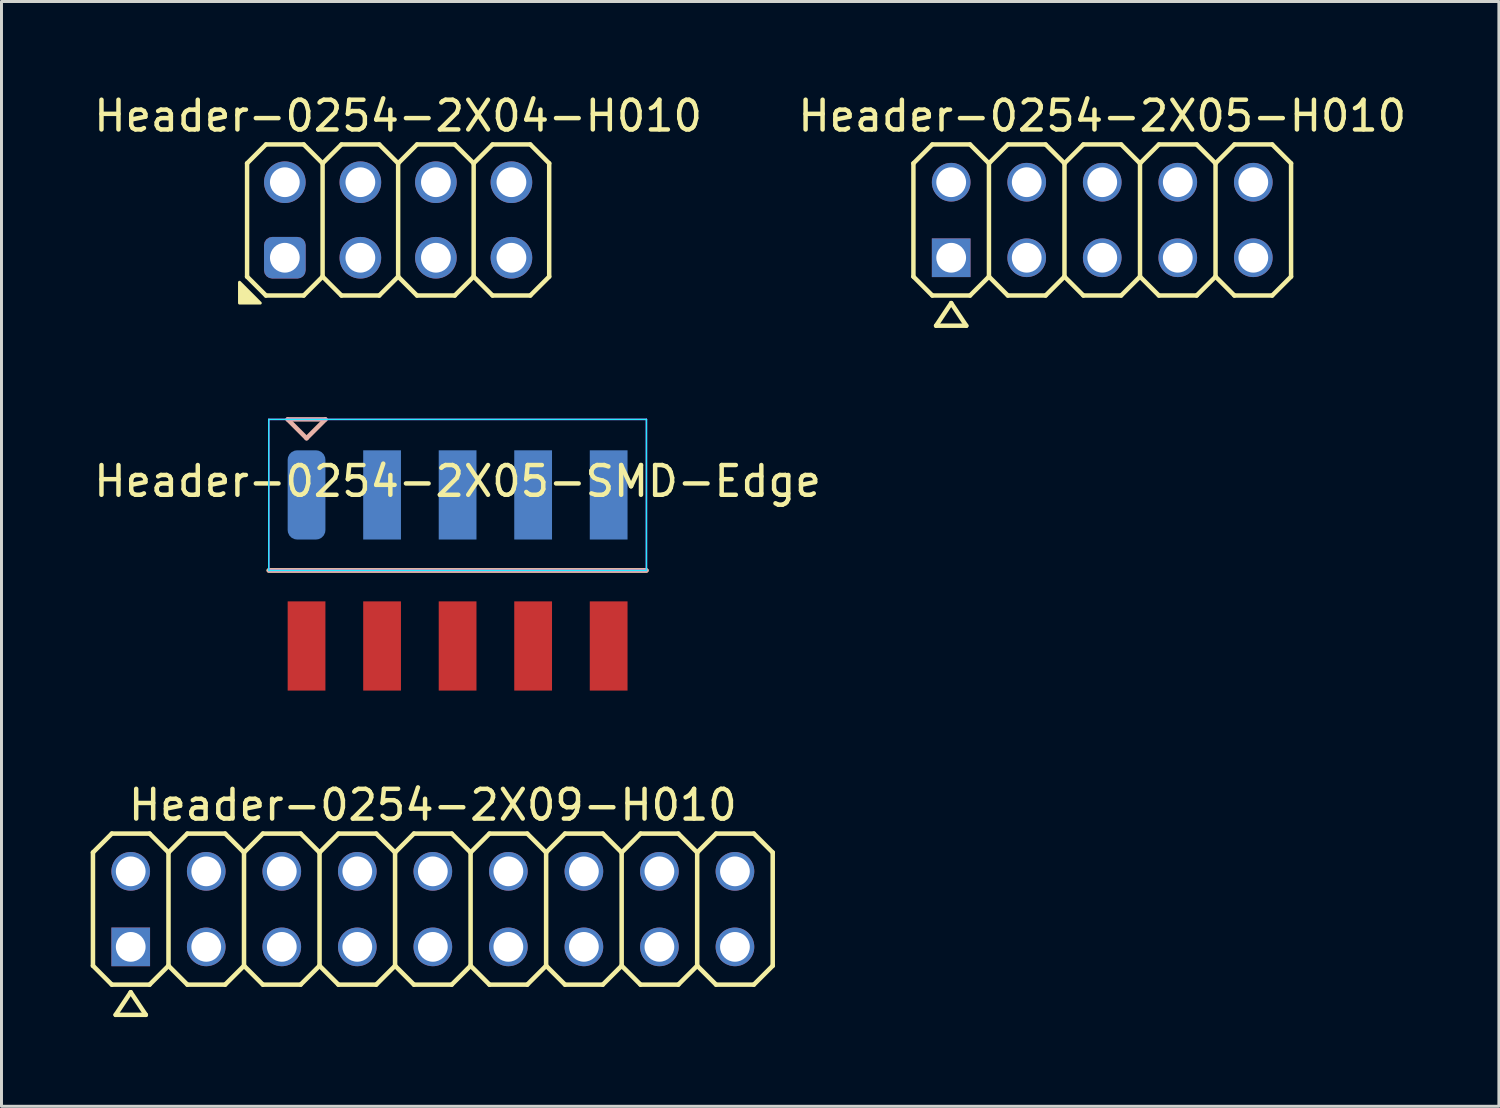
<source format=kicad_pcb>
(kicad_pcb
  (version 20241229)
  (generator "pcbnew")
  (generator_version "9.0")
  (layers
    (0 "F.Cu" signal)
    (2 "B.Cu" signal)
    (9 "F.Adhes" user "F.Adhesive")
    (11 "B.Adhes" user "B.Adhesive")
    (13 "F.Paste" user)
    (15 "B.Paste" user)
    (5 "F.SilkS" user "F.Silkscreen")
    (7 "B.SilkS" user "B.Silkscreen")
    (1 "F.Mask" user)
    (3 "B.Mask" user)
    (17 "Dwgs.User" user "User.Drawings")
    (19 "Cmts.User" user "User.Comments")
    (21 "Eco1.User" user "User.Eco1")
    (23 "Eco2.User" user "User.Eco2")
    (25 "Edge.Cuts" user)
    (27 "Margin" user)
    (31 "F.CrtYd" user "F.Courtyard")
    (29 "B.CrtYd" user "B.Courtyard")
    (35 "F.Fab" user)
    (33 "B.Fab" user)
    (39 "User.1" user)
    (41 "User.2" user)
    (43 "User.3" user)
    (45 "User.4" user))
  (footprint "Header-0254-2X04-H010"
    (layer "F.Cu")
    (at 10.339 4.348)
    (property "Reference" "Header-0254-2X04-H010" (at 0 -3.5 0) (layer "F.SilkS") (effects (font (size 1 1) (thickness 0.15))))
    (attr through_hole exclude_from_pos_files exclude_from_bom)
    (fp_line (start -5.08 -1.905) (end -4.445 -2.54) (stroke (width 0.15) (type solid)) (layer "F.SilkS"))
    (fp_line (start -5.08 1.905) (end -5.08 -1.905) (stroke (width 0.15) (type solid)) (layer "F.SilkS"))
    (fp_line (start -5.08 1.905) (end -4.445 2.54) (stroke (width 0.15) (type solid)) (layer "F.SilkS"))
    (fp_line (start -4.445 -2.54) (end -3.175 -2.54) (stroke (width 0.15) (type solid)) (layer "F.SilkS"))
    (fp_line (start -4.445 2.54) (end -3.175 2.54) (stroke (width 0.15) (type solid)) (layer "F.SilkS"))
    (fp_line (start -3.175 -2.54) (end -2.54 -1.905) (stroke (width 0.15) (type solid)) (layer "F.SilkS"))
    (fp_line (start -3.175 2.54) (end -2.54 1.905) (stroke (width 0.15) (type solid)) (layer "F.SilkS"))
    (fp_line (start -2.54 -1.905) (end -2.54 1.905) (stroke (width 0.15) (type solid)) (layer "F.SilkS"))
    (fp_line (start -2.54 -1.905) (end -1.905 -2.54) (stroke (width 0.15) (type solid)) (layer "F.SilkS"))
    (fp_line (start -2.54 1.905) (end -1.905 2.54) (stroke (width 0.15) (type solid)) (layer "F.SilkS"))
    (fp_line (start -1.905 -2.54) (end -0.635 -2.54) (stroke (width 0.15) (type solid)) (layer "F.SilkS"))
    (fp_line (start -1.905 2.54) (end -0.635 2.54) (stroke (width 0.15) (type solid)) (layer "F.SilkS"))
    (fp_line (start -0.635 -2.54) (end 0 -1.905) (stroke (width 0.15) (type solid)) (layer "F.SilkS"))
    (fp_line (start -0.635 2.54) (end 0 1.905) (stroke (width 0.15) (type solid)) (layer "F.SilkS"))
    (fp_line (start 0 -1.905) (end 0 1.905) (stroke (width 0.15) (type solid)) (layer "F.SilkS"))
    (fp_line (start 0 -1.905) (end 0.635 -2.54) (stroke (width 0.15) (type solid)) (layer "F.SilkS"))
    (fp_line (start 0 1.905) (end 0.635 2.54) (stroke (width 0.15) (type solid)) (layer "F.SilkS"))
    (fp_line (start 0.635 -2.54) (end 1.905 -2.54) (stroke (width 0.15) (type solid)) (layer "F.SilkS"))
    (fp_line (start 0.635 2.54) (end 1.905 2.54) (stroke (width 0.15) (type solid)) (layer "F.SilkS"))
    (fp_line (start 1.905 -2.54) (end 2.54 -1.905) (stroke (width 0.15) (type solid)) (layer "F.SilkS"))
    (fp_line (start 1.905 2.54) (end 2.54 1.905) (stroke (width 0.15) (type solid)) (layer "F.SilkS"))
    (fp_line (start 2.54 -1.905) (end 2.54 1.905) (stroke (width 0.15) (type solid)) (layer "F.SilkS"))
    (fp_line (start 2.54 -1.905) (end 3.175 -2.54) (stroke (width 0.15) (type solid)) (layer "F.SilkS"))
    (fp_line (start 2.54 1.905) (end 3.175 2.54) (stroke (width 0.15) (type solid)) (layer "F.SilkS"))
    (fp_line (start 3.175 -2.54) (end 4.445 -2.54) (stroke (width 0.15) (type solid)) (layer "F.SilkS"))
    (fp_line (start 3.175 2.54) (end 4.445 2.54) (stroke (width 0.15) (type solid)) (layer "F.SilkS"))
    (fp_line (start 4.445 -2.54) (end 5.08 -1.905) (stroke (width 0.15) (type solid)) (layer "F.SilkS"))
    (fp_line (start 4.445 2.54) (end 5.08 1.905) (stroke (width 0.15) (type solid)) (layer "F.SilkS"))
    (fp_line (start 5.08 -1.905) (end 5.08 1.905) (stroke (width 0.15) (type solid)) (layer "F.SilkS"))
    (fp_poly (pts (xy -5.334 2.095) (xy -5.334 2.794) (xy -4.636 2.794)) (stroke (width 0.1) (type solid)) (fill yes) (layer "F.SilkS"))
    (pad "1" thru_hole roundrect (at -3.81 1.27) (size 1.4 1.4) (drill 1) (layers "*.Cu" "*.Mask") (roundrect_rratio 0.2))
    (pad "2" thru_hole circle (at -3.81 -1.27 90) (size 1.4 1.4) (drill 1) (layers "*.Cu" "*.Mask"))
    (pad "3" thru_hole circle (at -1.27 1.27 90) (size 1.4 1.4) (drill 1) (layers "*.Cu" "*.Mask"))
    (pad "4" thru_hole circle (at -1.27 -1.27) (size 1.4 1.4) (drill 1) (layers "*.Cu" "*.Mask"))
    (pad "5" thru_hole circle (at 1.27 1.27 90) (size 1.4 1.4) (drill 1) (layers "*.Cu" "*.Mask"))
    (pad "6" thru_hole circle (at 1.27 -1.27 90) (size 1.4 1.4) (drill 1) (layers "*.Cu" "*.Mask"))
    (pad "7" thru_hole circle (at 3.81 1.27 90) (size 1.4 1.4) (drill 1) (layers "*.Cu" "*.Mask"))
    (pad "8" thru_hole circle (at 3.81 -1.27 90) (size 1.4 1.4) (drill 1) (layers "*.Cu" "*.Mask")))
  (footprint "Header-0254-2X05-SMD-Edge"
    (layer "F.Cu")
    (at 12.339 16.134)
    (property "Reference" "Header-0254-2X05-SMD-Edge" (at 0 -3 0) (layer "F.SilkS") (effects (font (size 1 1) (thickness 0.15))))
    (attr through_hole)
    (fp_line (start -6.35 0) (end 6.35 0) (stroke (width 0.15) (type solid)) (layer "F.SilkS"))
    (fp_line (start -6.35 0) (end 6.35 0) (stroke (width 0.15) (type solid)) (layer "B.SilkS"))
    (fp_line (start -5.715 -5.08) (end -4.445 -5.08) (stroke (width 0.15) (type solid)) (layer "B.SilkS"))
    (fp_line (start -5.08 -4.445) (end -5.715 -5.08) (stroke (width 0.15) (type solid)) (layer "B.SilkS"))
    (fp_line (start -4.445 -5.08) (end -5.08 -4.445) (stroke (width 0.15) (type solid)) (layer "B.SilkS"))
    (fp_line (start -6.35 -5.08) (end 6.35 -5.08) (stroke (width 0.05) (type solid)) (layer "B.CrtYd"))
    (fp_line (start -6.35 0) (end -6.35 -5.08) (stroke (width 0.05) (type solid)) (layer "B.CrtYd"))
    (fp_line (start 6.35 -5.08) (end 6.35 0) (stroke (width 0.05) (type solid)) (layer "B.CrtYd"))
    (fp_line (start 6.35 0) (end -6.35 0) (stroke (width 0.05) (type solid)) (layer "B.CrtYd"))
    (fp_line (start -6.35 -5.08) (end 6.35 -5.08) (stroke (width 0.05) (type solid)) (layer "F.CrtYd"))
    (fp_line (start -6.35 0) (end -6.35 -5.08) (stroke (width 0.05) (type solid)) (layer "F.CrtYd"))
    (fp_line (start 6.35 -5.08) (end 6.35 0) (stroke (width 0.05) (type solid)) (layer "F.CrtYd"))
    (fp_line (start 6.35 0) (end -6.35 0) (stroke (width 0.05) (type solid)) (layer "F.CrtYd"))
    (pad "1" smd roundrect (at -5.08 -2.54) (size 1.27 3) (layers "B.Cu" "B.Mask" "B.Paste") (roundrect_rratio 0.25))
    (pad "2" smd rect (at -5.08 2.54) (size 1.27 3) (layers "F.Cu" "F.Mask" "F.Paste"))
    (pad "3" smd rect (at -2.54 -2.54) (size 1.27 3) (layers "B.Cu" "B.Mask" "B.Paste"))
    (pad "4" smd rect (at -2.54 2.54) (size 1.27 3) (layers "F.Cu" "F.Mask" "F.Paste"))
    (pad "5" smd rect (at 0 -2.54) (size 1.27 3) (layers "B.Cu" "B.Mask" "B.Paste"))
    (pad "6" smd rect (at 0 2.54) (size 1.27 3) (layers "F.Cu" "F.Mask" "F.Paste"))
    (pad "7" smd rect (at 2.54 -2.54) (size 1.27 3) (layers "B.Cu" "B.Mask" "B.Paste"))
    (pad "8" smd rect (at 2.54 2.54) (size 1.27 3) (layers "F.Cu" "F.Mask" "F.Paste"))
    (pad "9" smd rect (at 5.08 -2.54) (size 1.27 3) (layers "B.Cu" "B.Mask" "B.Paste"))
    (pad "10" smd rect (at 5.08 2.54) (size 1.27 3) (layers "F.Cu" "F.Mask" "F.Paste")))
  (footprint "Header-0254-2X09-H010"
    (layer "F.Cu")
    (at 11.506 27.523)
    (property "Reference" "Header-0254-2X09-H010" (at 0 -3.5 0) (layer "F.SilkS") (effects (font (size 1 1) (thickness 0.15))))
    (attr exclude_from_pos_files exclude_from_bom)
    (fp_line (start -11.43 -1.905) (end -10.795 -2.54) (stroke (width 0.152) (type solid)) (layer "F.SilkS"))
    (fp_line (start -11.43 1.905) (end -11.43 -1.905) (stroke (width 0.152) (type solid)) (layer "F.SilkS"))
    (fp_line (start -11.43 1.905) (end -10.795 2.54) (stroke (width 0.152) (type solid)) (layer "F.SilkS"))
    (fp_line (start -10.795 -2.54) (end -9.525 -2.54) (stroke (width 0.152) (type solid)) (layer "F.SilkS"))
    (fp_line (start -10.795 2.54) (end -9.525 2.54) (stroke (width 0.152) (type solid)) (layer "F.SilkS"))
    (fp_line (start -10.668 3.556) (end -9.652 3.556) (stroke (width 0.15) (type solid)) (layer "F.SilkS"))
    (fp_line (start -10.16 2.794) (end -10.668 3.556) (stroke (width 0.15) (type solid)) (layer "F.SilkS"))
    (fp_line (start -9.652 3.556) (end -10.16 2.794) (stroke (width 0.15) (type solid)) (layer "F.SilkS"))
    (fp_line (start -9.525 -2.54) (end -8.89 -1.905) (stroke (width 0.152) (type solid)) (layer "F.SilkS"))
    (fp_line (start -9.525 2.54) (end -8.89 1.905) (stroke (width 0.152) (type solid)) (layer "F.SilkS"))
    (fp_line (start -8.89 -1.905) (end -8.89 1.905) (stroke (width 0.152) (type solid)) (layer "F.SilkS"))
    (fp_line (start -8.89 -1.905) (end -8.255 -2.54) (stroke (width 0.152) (type solid)) (layer "F.SilkS"))
    (fp_line (start -8.89 1.905) (end -8.255 2.54) (stroke (width 0.152) (type solid)) (layer "F.SilkS"))
    (fp_line (start -8.255 -2.54) (end -6.985 -2.54) (stroke (width 0.152) (type solid)) (layer "F.SilkS"))
    (fp_line (start -8.255 2.54) (end -6.985 2.54) (stroke (width 0.152) (type solid)) (layer "F.SilkS"))
    (fp_line (start -6.985 -2.54) (end -6.35 -1.905) (stroke (width 0.152) (type solid)) (layer "F.SilkS"))
    (fp_line (start -6.985 2.54) (end -6.35 1.905) (stroke (width 0.152) (type solid)) (layer "F.SilkS"))
    (fp_line (start -6.35 -1.905) (end -6.35 1.905) (stroke (width 0.152) (type solid)) (layer "F.SilkS"))
    (fp_line (start -6.35 -1.905) (end -5.715 -2.54) (stroke (width 0.152) (type solid)) (layer "F.SilkS"))
    (fp_line (start -6.35 1.905) (end -5.715 2.54) (stroke (width 0.152) (type solid)) (layer "F.SilkS"))
    (fp_line (start -5.715 -2.54) (end -4.445 -2.54) (stroke (width 0.152) (type solid)) (layer "F.SilkS"))
    (fp_line (start -5.715 2.54) (end -4.445 2.54) (stroke (width 0.152) (type solid)) (layer "F.SilkS"))
    (fp_line (start -4.445 -2.54) (end -3.81 -1.905) (stroke (width 0.152) (type solid)) (layer "F.SilkS"))
    (fp_line (start -4.445 2.54) (end -3.81 1.905) (stroke (width 0.152) (type solid)) (layer "F.SilkS"))
    (fp_line (start -3.81 -1.905) (end -3.81 1.905) (stroke (width 0.152) (type solid)) (layer "F.SilkS"))
    (fp_line (start -3.81 -1.905) (end -3.175 -2.54) (stroke (width 0.152) (type solid)) (layer "F.SilkS"))
    (fp_line (start -3.81 1.905) (end -3.175 2.54) (stroke (width 0.152) (type solid)) (layer "F.SilkS"))
    (fp_line (start -3.175 -2.54) (end -1.905 -2.54) (stroke (width 0.152) (type solid)) (layer "F.SilkS"))
    (fp_line (start -3.175 2.54) (end -1.905 2.54) (stroke (width 0.152) (type solid)) (layer "F.SilkS"))
    (fp_line (start -1.905 -2.54) (end -1.27 -1.905) (stroke (width 0.152) (type solid)) (layer "F.SilkS"))
    (fp_line (start -1.905 2.54) (end -1.27 1.905) (stroke (width 0.152) (type solid)) (layer "F.SilkS"))
    (fp_line (start -1.27 -1.905) (end -1.27 1.905) (stroke (width 0.152) (type solid)) (layer "F.SilkS"))
    (fp_line (start -1.27 -1.905) (end -0.635 -2.54) (stroke (width 0.152) (type solid)) (layer "F.SilkS"))
    (fp_line (start -1.27 1.905) (end -0.635 2.54) (stroke (width 0.152) (type solid)) (layer "F.SilkS"))
    (fp_line (start -0.635 -2.54) (end 0.635 -2.54) (stroke (width 0.152) (type solid)) (layer "F.SilkS"))
    (fp_line (start -0.635 2.54) (end 0.635 2.54) (stroke (width 0.152) (type solid)) (layer "F.SilkS"))
    (fp_line (start 0.635 -2.54) (end 1.27 -1.905) (stroke (width 0.152) (type solid)) (layer "F.SilkS"))
    (fp_line (start 0.635 2.54) (end 1.27 1.905) (stroke (width 0.152) (type solid)) (layer "F.SilkS"))
    (fp_line (start 1.27 -1.905) (end 1.27 1.905) (stroke (width 0.152) (type solid)) (layer "F.SilkS"))
    (fp_line (start 1.27 -1.905) (end 1.905 -2.54) (stroke (width 0.152) (type solid)) (layer "F.SilkS"))
    (fp_line (start 1.27 1.905) (end 1.905 2.54) (stroke (width 0.152) (type solid)) (layer "F.SilkS"))
    (fp_line (start 1.905 -2.54) (end 3.175 -2.54) (stroke (width 0.152) (type solid)) (layer "F.SilkS"))
    (fp_line (start 1.905 2.54) (end 3.175 2.54) (stroke (width 0.152) (type solid)) (layer "F.SilkS"))
    (fp_line (start 3.175 -2.54) (end 3.81 -1.905) (stroke (width 0.152) (type solid)) (layer "F.SilkS"))
    (fp_line (start 3.175 2.54) (end 3.81 1.905) (stroke (width 0.152) (type solid)) (layer "F.SilkS"))
    (fp_line (start 3.81 -1.905) (end 3.81 1.905) (stroke (width 0.152) (type solid)) (layer "F.SilkS"))
    (fp_line (start 3.81 -1.905) (end 4.445 -2.54) (stroke (width 0.152) (type solid)) (layer "F.SilkS"))
    (fp_line (start 3.81 1.905) (end 4.445 2.54) (stroke (width 0.152) (type solid)) (layer "F.SilkS"))
    (fp_line (start 4.445 -2.54) (end 5.715 -2.54) (stroke (width 0.152) (type solid)) (layer "F.SilkS"))
    (fp_line (start 4.445 2.54) (end 5.715 2.54) (stroke (width 0.152) (type solid)) (layer "F.SilkS"))
    (fp_line (start 5.715 -2.54) (end 6.35 -1.905) (stroke (width 0.152) (type solid)) (layer "F.SilkS"))
    (fp_line (start 6.35 -1.905) (end 6.35 1.905) (stroke (width 0.152) (type solid)) (layer "F.SilkS"))
    (fp_line (start 6.35 -1.905) (end 6.985 -2.54) (stroke (width 0.152) (type solid)) (layer "F.SilkS"))
    (fp_line (start 6.35 1.905) (end 5.715 2.54) (stroke (width 0.152) (type solid)) (layer "F.SilkS"))
    (fp_line (start 6.35 1.905) (end 6.985 2.54) (stroke (width 0.152) (type solid)) (layer "F.SilkS"))
    (fp_line (start 6.985 -2.54) (end 8.255 -2.54) (stroke (width 0.152) (type solid)) (layer "F.SilkS"))
    (fp_line (start 6.985 2.54) (end 8.255 2.54) (stroke (width 0.152) (type solid)) (layer "F.SilkS"))
    (fp_line (start 8.255 -2.54) (end 8.89 -1.905) (stroke (width 0.152) (type solid)) (layer "F.SilkS"))
    (fp_line (start 8.89 -1.905) (end 8.89 1.905) (stroke (width 0.152) (type solid)) (layer "F.SilkS"))
    (fp_line (start 8.89 -1.905) (end 9.525 -2.54) (stroke (width 0.152) (type solid)) (layer "F.SilkS"))
    (fp_line (start 8.89 1.905) (end 8.255 2.54) (stroke (width 0.152) (type solid)) (layer "F.SilkS"))
    (fp_line (start 8.89 1.905) (end 9.525 2.54) (stroke (width 0.152) (type solid)) (layer "F.SilkS"))
    (fp_line (start 9.525 -2.54) (end 10.795 -2.54) (stroke (width 0.152) (type solid)) (layer "F.SilkS"))
    (fp_line (start 9.525 2.54) (end 10.795 2.54) (stroke (width 0.152) (type solid)) (layer "F.SilkS"))
    (fp_line (start 10.795 -2.54) (end 11.43 -1.905) (stroke (width 0.152) (type solid)) (layer "F.SilkS"))
    (fp_line (start 11.43 -1.905) (end 11.43 1.905) (stroke (width 0.152) (type solid)) (layer "F.SilkS"))
    (fp_line (start 11.43 1.905) (end 10.795 2.54) (stroke (width 0.152) (type solid)) (layer "F.SilkS"))
    (pad "1" thru_hole rect (at -10.16 1.27) (size 1.3 1.3) (drill 1) (layers "*.Cu" "*.Mask"))
    (pad "2" thru_hole circle (at -10.16 -1.27) (size 1.3 1.3) (drill 1) (layers "*.Cu" "*.Mask"))
    (pad "3" thru_hole circle (at -7.62 1.27) (size 1.3 1.3) (drill 1) (layers "*.Cu" "*.Mask"))
    (pad "4" thru_hole circle (at -7.62 -1.27) (size 1.3 1.3) (drill 1) (layers "*.Cu" "*.Mask"))
    (pad "5" thru_hole circle (at -5.08 1.27) (size 1.3 1.3) (drill 1) (layers "*.Cu" "*.Mask"))
    (pad "6" thru_hole circle (at -5.08 -1.27) (size 1.3 1.3) (drill 1) (layers "*.Cu" "*.Mask"))
    (pad "7" thru_hole circle (at -2.54 1.27) (size 1.3 1.3) (drill 1) (layers "*.Cu" "*.Mask"))
    (pad "8" thru_hole circle (at -2.54 -1.27) (size 1.3 1.3) (drill 1) (layers "*.Cu" "*.Mask"))
    (pad "9" thru_hole circle (at 0 1.27) (size 1.3 1.3) (drill 1) (layers "*.Cu" "*.Mask"))
    (pad "10" thru_hole circle (at 0 -1.27) (size 1.3 1.3) (drill 1) (layers "*.Cu" "*.Mask"))
    (pad "11" thru_hole circle (at 2.54 1.27) (size 1.3 1.3) (drill 1) (layers "*.Cu" "*.Mask"))
    (pad "12" thru_hole circle (at 2.54 -1.27) (size 1.3 1.3) (drill 1) (layers "*.Cu" "*.Mask"))
    (pad "13" thru_hole circle (at 5.08 1.27) (size 1.3 1.3) (drill 1) (layers "*.Cu" "*.Mask"))
    (pad "14" thru_hole circle (at 5.08 -1.27) (size 1.3 1.3) (drill 1) (layers "*.Cu" "*.Mask"))
    (pad "15" thru_hole circle (at 7.62 1.27) (size 1.3 1.3) (drill 1) (layers "*.Cu" "*.Mask"))
    (pad "16" thru_hole circle (at 7.62 -1.27) (size 1.3 1.3) (drill 1) (layers "*.Cu" "*.Mask"))
    (pad "17" thru_hole circle (at 10.16 1.27) (size 1.3 1.3) (drill 1) (layers "*.Cu" "*.Mask"))
    (pad "18" thru_hole circle (at 10.16 -1.27) (size 1.3 1.3) (drill 1) (layers "*.Cu" "*.Mask")))
  (footprint "Header-0254-2X05-H010"
    (layer "F.Cu")
    (at 34.018 4.348)
    (property "Reference" "Header-0254-2X05-H010" (at 0 -3.5 0) (layer "F.SilkS") (effects (font (size 1 1) (thickness 0.15))))
    (attr exclude_from_pos_files exclude_from_bom)
    (fp_line (start -6.35 -1.905) (end -5.715 -2.54) (stroke (width 0.15) (type solid)) (layer "F.SilkS"))
    (fp_line (start -6.35 1.905) (end -6.35 -1.905) (stroke (width 0.15) (type solid)) (layer "F.SilkS"))
    (fp_line (start -6.35 1.905) (end -5.715 2.54) (stroke (width 0.15) (type solid)) (layer "F.SilkS"))
    (fp_line (start -5.715 -2.54) (end -4.445 -2.54) (stroke (width 0.15) (type solid)) (layer "F.SilkS"))
    (fp_line (start -5.715 2.54) (end -4.445 2.54) (stroke (width 0.15) (type solid)) (layer "F.SilkS"))
    (fp_line (start -5.588 3.556) (end -4.572 3.556) (stroke (width 0.15) (type solid)) (layer "F.SilkS"))
    (fp_line (start -5.08 2.794) (end -5.588 3.556) (stroke (width 0.15) (type solid)) (layer "F.SilkS"))
    (fp_line (start -4.572 3.556) (end -5.08 2.794) (stroke (width 0.15) (type solid)) (layer "F.SilkS"))
    (fp_line (start -4.445 -2.54) (end -3.81 -1.905) (stroke (width 0.15) (type solid)) (layer "F.SilkS"))
    (fp_line (start -4.445 2.54) (end -3.81 1.905) (stroke (width 0.15) (type solid)) (layer "F.SilkS"))
    (fp_line (start -3.81 -1.905) (end -3.81 1.905) (stroke (width 0.15) (type solid)) (layer "F.SilkS"))
    (fp_line (start -3.81 -1.905) (end -3.175 -2.54) (stroke (width 0.15) (type solid)) (layer "F.SilkS"))
    (fp_line (start -3.81 1.905) (end -3.175 2.54) (stroke (width 0.15) (type solid)) (layer "F.SilkS"))
    (fp_line (start -3.175 -2.54) (end -1.905 -2.54) (stroke (width 0.15) (type solid)) (layer "F.SilkS"))
    (fp_line (start -3.175 2.54) (end -1.905 2.54) (stroke (width 0.15) (type solid)) (layer "F.SilkS"))
    (fp_line (start -1.905 -2.54) (end -1.27 -1.905) (stroke (width 0.15) (type solid)) (layer "F.SilkS"))
    (fp_line (start -1.905 2.54) (end -1.27 1.905) (stroke (width 0.15) (type solid)) (layer "F.SilkS"))
    (fp_line (start -1.27 -1.905) (end -1.27 1.905) (stroke (width 0.15) (type solid)) (layer "F.SilkS"))
    (fp_line (start -1.27 -1.905) (end -0.635 -2.54) (stroke (width 0.15) (type solid)) (layer "F.SilkS"))
    (fp_line (start -1.27 1.905) (end -0.635 2.54) (stroke (width 0.15) (type solid)) (layer "F.SilkS"))
    (fp_line (start -0.635 -2.54) (end 0.635 -2.54) (stroke (width 0.15) (type solid)) (layer "F.SilkS"))
    (fp_line (start -0.635 2.54) (end 0.635 2.54) (stroke (width 0.15) (type solid)) (layer "F.SilkS"))
    (fp_line (start 0.635 -2.54) (end 1.27 -1.905) (stroke (width 0.15) (type solid)) (layer "F.SilkS"))
    (fp_line (start 0.635 2.54) (end 1.27 1.905) (stroke (width 0.15) (type solid)) (layer "F.SilkS"))
    (fp_line (start 1.27 -1.905) (end 1.27 1.905) (stroke (width 0.15) (type solid)) (layer "F.SilkS"))
    (fp_line (start 1.27 -1.905) (end 1.905 -2.54) (stroke (width 0.15) (type solid)) (layer "F.SilkS"))
    (fp_line (start 1.27 1.905) (end 1.905 2.54) (stroke (width 0.15) (type solid)) (layer "F.SilkS"))
    (fp_line (start 1.905 -2.54) (end 3.175 -2.54) (stroke (width 0.15) (type solid)) (layer "F.SilkS"))
    (fp_line (start 1.905 2.54) (end 3.175 2.54) (stroke (width 0.15) (type solid)) (layer "F.SilkS"))
    (fp_line (start 3.175 -2.54) (end 3.81 -1.905) (stroke (width 0.15) (type solid)) (layer "F.SilkS"))
    (fp_line (start 3.175 2.54) (end 3.81 1.905) (stroke (width 0.15) (type solid)) (layer "F.SilkS"))
    (fp_line (start 3.81 -1.905) (end 3.81 1.905) (stroke (width 0.15) (type solid)) (layer "F.SilkS"))
    (fp_line (start 3.81 -1.905) (end 4.445 -2.54) (stroke (width 0.15) (type solid)) (layer "F.SilkS"))
    (fp_line (start 3.81 1.905) (end 4.445 2.54) (stroke (width 0.15) (type solid)) (layer "F.SilkS"))
    (fp_line (start 4.445 -2.54) (end 5.715 -2.54) (stroke (width 0.15) (type solid)) (layer "F.SilkS"))
    (fp_line (start 4.445 2.54) (end 5.715 2.54) (stroke (width 0.15) (type solid)) (layer "F.SilkS"))
    (fp_line (start 5.715 -2.54) (end 6.35 -1.905) (stroke (width 0.15) (type solid)) (layer "F.SilkS"))
    (fp_line (start 5.715 2.54) (end 6.35 1.905) (stroke (width 0.15) (type solid)) (layer "F.SilkS"))
    (fp_line (start 6.35 -1.905) (end 6.35 1.905) (stroke (width 0.15) (type solid)) (layer "F.SilkS"))
    (pad "1" thru_hole rect (at -5.08 1.27) (size 1.3 1.3) (drill 1) (layers "*.Cu" "*.Mask"))
    (pad "2" thru_hole circle (at -5.08 -1.27) (size 1.3 1.3) (drill 1) (layers "*.Cu" "*.Mask"))
    (pad "3" thru_hole circle (at -2.54 1.27) (size 1.3 1.3) (drill 1) (layers "*.Cu" "*.Mask"))
    (pad "4" thru_hole circle (at -2.54 -1.27) (size 1.3 1.3) (drill 1) (layers "*.Cu" "*.Mask"))
    (pad "5" thru_hole circle (at 0 1.27) (size 1.3 1.3) (drill 1) (layers "*.Cu" "*.Mask"))
    (pad "6" thru_hole circle (at 0 -1.27) (size 1.3 1.3) (drill 1) (layers "*.Cu" "*.Mask"))
    (pad "7" thru_hole circle (at 2.54 1.27) (size 1.3 1.3) (drill 1) (layers "*.Cu" "*.Mask"))
    (pad "8" thru_hole circle (at 2.54 -1.27) (size 1.3 1.3) (drill 1) (layers "*.Cu" "*.Mask"))
    (pad "9" thru_hole circle (at 5.08 1.27) (size 1.3 1.3) (drill 1) (layers "*.Cu" "*.Mask"))
    (pad "10" thru_hole circle (at 5.08 -1.27) (size 1.3 1.3) (drill 1) (layers "*.Cu" "*.Mask")))
  (gr_rect
    (start -3 -3)
    (end 47.357 34.154)
    (stroke (width 0.1) (type default))
    (fill no)
    (layer "Edge.Cuts")))
</source>
